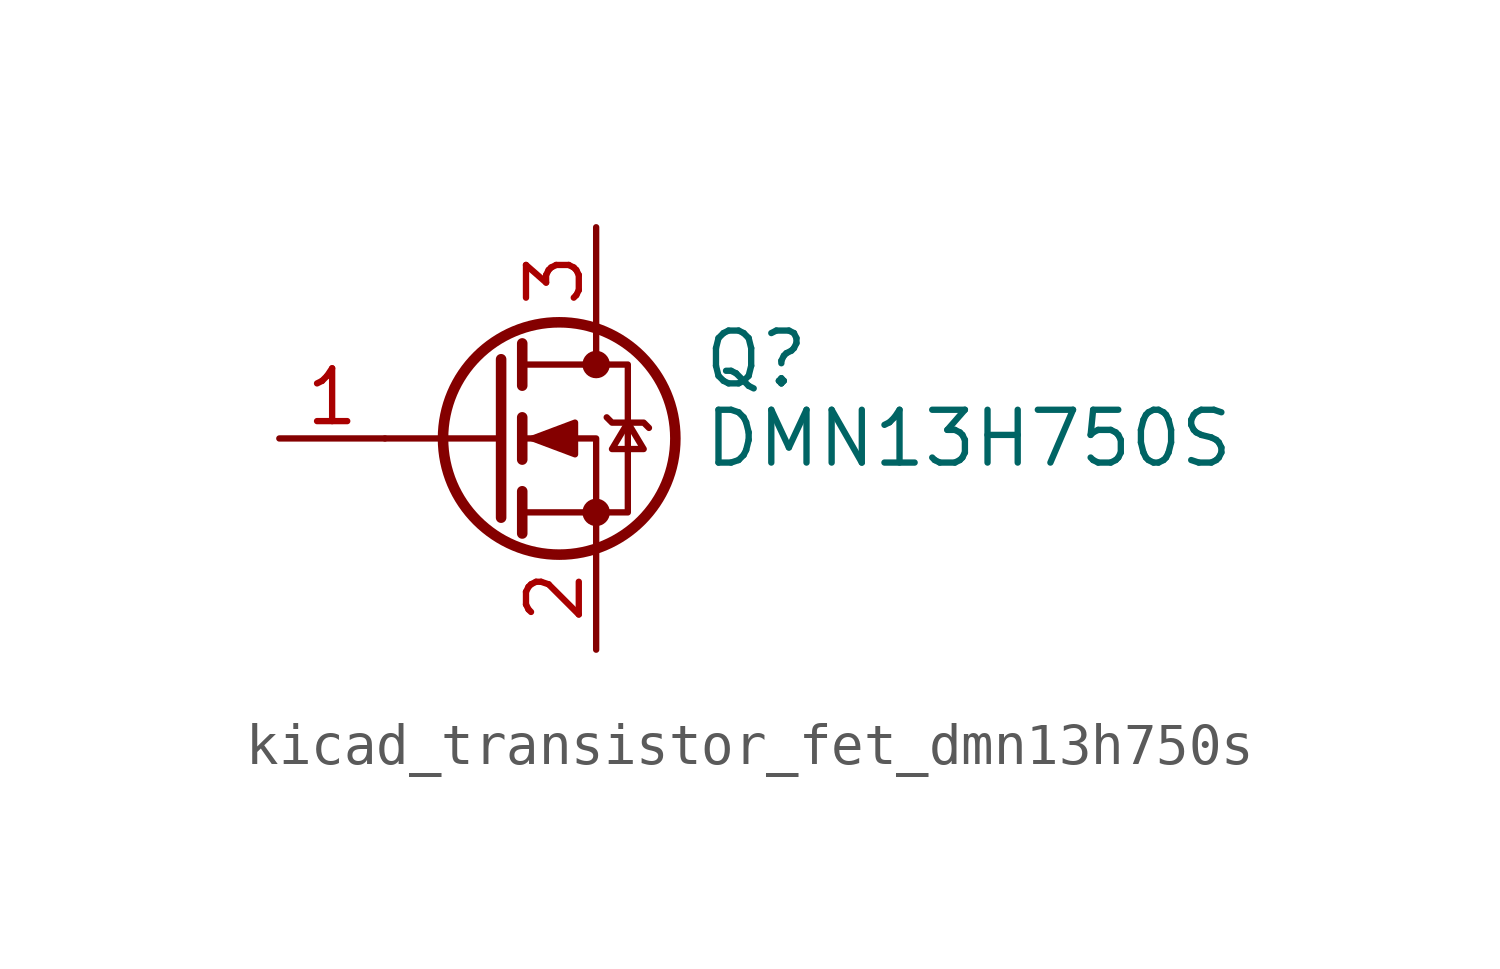
<source format=kicad_sym>
(kicad_symbol_lib
  (version 20220914)
  (generator kicad_symbol_editor)
  (symbol "kicad_transistor_fet_dmn13h750s"
    (pin_names hide)
    (property "Reference" "Q"
      (at 5.08 1.905 0)
      (effects (font (size 1.27 1.27)) (justify left)))
    (property "Value" "DMN13H750S"
      (at 5.08 0 0)
      (effects (font (size 1.27 1.27)) (justify left)))
    (symbol "kicad_transistor_fet_dmn13h750s_0_1"
      (polyline (pts (xy 0.254 0) (xy -2.54 0)) (stroke (width 0) (type default)) (fill (type none)))
      (polyline (pts (xy 0.254 1.905) (xy 0.254 -1.905)) (stroke (width 0.254) (type default)) (fill (type none)))
      (polyline (pts (xy 0.762 -1.27) (xy 0.762 -2.286)) (stroke (width 0.254) (type default)) (fill (type none)))
      (polyline (pts (xy 0.762 0.508) (xy 0.762 -0.508)) (stroke (width 0.254) (type default)) (fill (type none)))
      (polyline (pts (xy 0.762 2.286) (xy 0.762 1.27)) (stroke (width 0.254) (type default)) (fill (type none)))
      (polyline (pts (xy 2.54 2.54) (xy 2.54 1.778)) (stroke (width 0) (type default)) (fill (type none)))
      (polyline (pts (xy 2.54 -2.54) (xy 2.54 0) (xy 0.762 0)) (stroke (width 0) (type default)) (fill (type none)))
      (polyline (pts (xy 0.762 -1.778) (xy 3.302 -1.778) (xy 3.302 1.778) (xy 0.762 1.778)) (stroke (width 0) (type default)) (fill (type none)))
      (polyline (pts (xy 1.016 0) (xy 2.032 0.381) (xy 2.032 -0.381) (xy 1.016 0)) (stroke (width 0) (type default)) (fill (type outline)))
      (polyline (pts (xy 2.794 0.508) (xy 2.921 0.381) (xy 3.683 0.381) (xy 3.81 0.254)) (stroke (width 0) (type default)) (fill (type none)))
      (polyline (pts (xy 3.302 0.381) (xy 2.921 -0.254) (xy 3.683 -0.254) (xy 3.302 0.381)) (stroke (width 0) (type default)) (fill (type none)))
      (circle (center 1.651 0) (radius 2.794) (stroke (width 0.254) (type default)) (fill (type none)))
      (circle (center 2.54 -1.778) (radius 0.254) (stroke (width 0) (type default)) (fill (type outline)))
      (circle (center 2.54 1.778) (radius 0.254) (stroke (width 0) (type default)) (fill (type outline))))
    (symbol "kicad_transistor_fet_dmn13h750s_1_1"
      (pin input line (at -5.08 0 0) (length 2.54) (name "G" (effects (font (size 1.27 1.27)))) (number "1" (effects (font (size 1.27 1.27)))))
      (pin passive line (at 2.54 -5.08 90) (length 2.54) (name "S" (effects (font (size 1.27 1.27)))) (number "2" (effects (font (size 1.27 1.27)))))
      (pin passive line (at 2.54 5.08 270) (length 2.54) (name "D" (effects (font (size 1.27 1.27)))) (number "3" (effects (font (size 1.27 1.27))))))))
</source>
